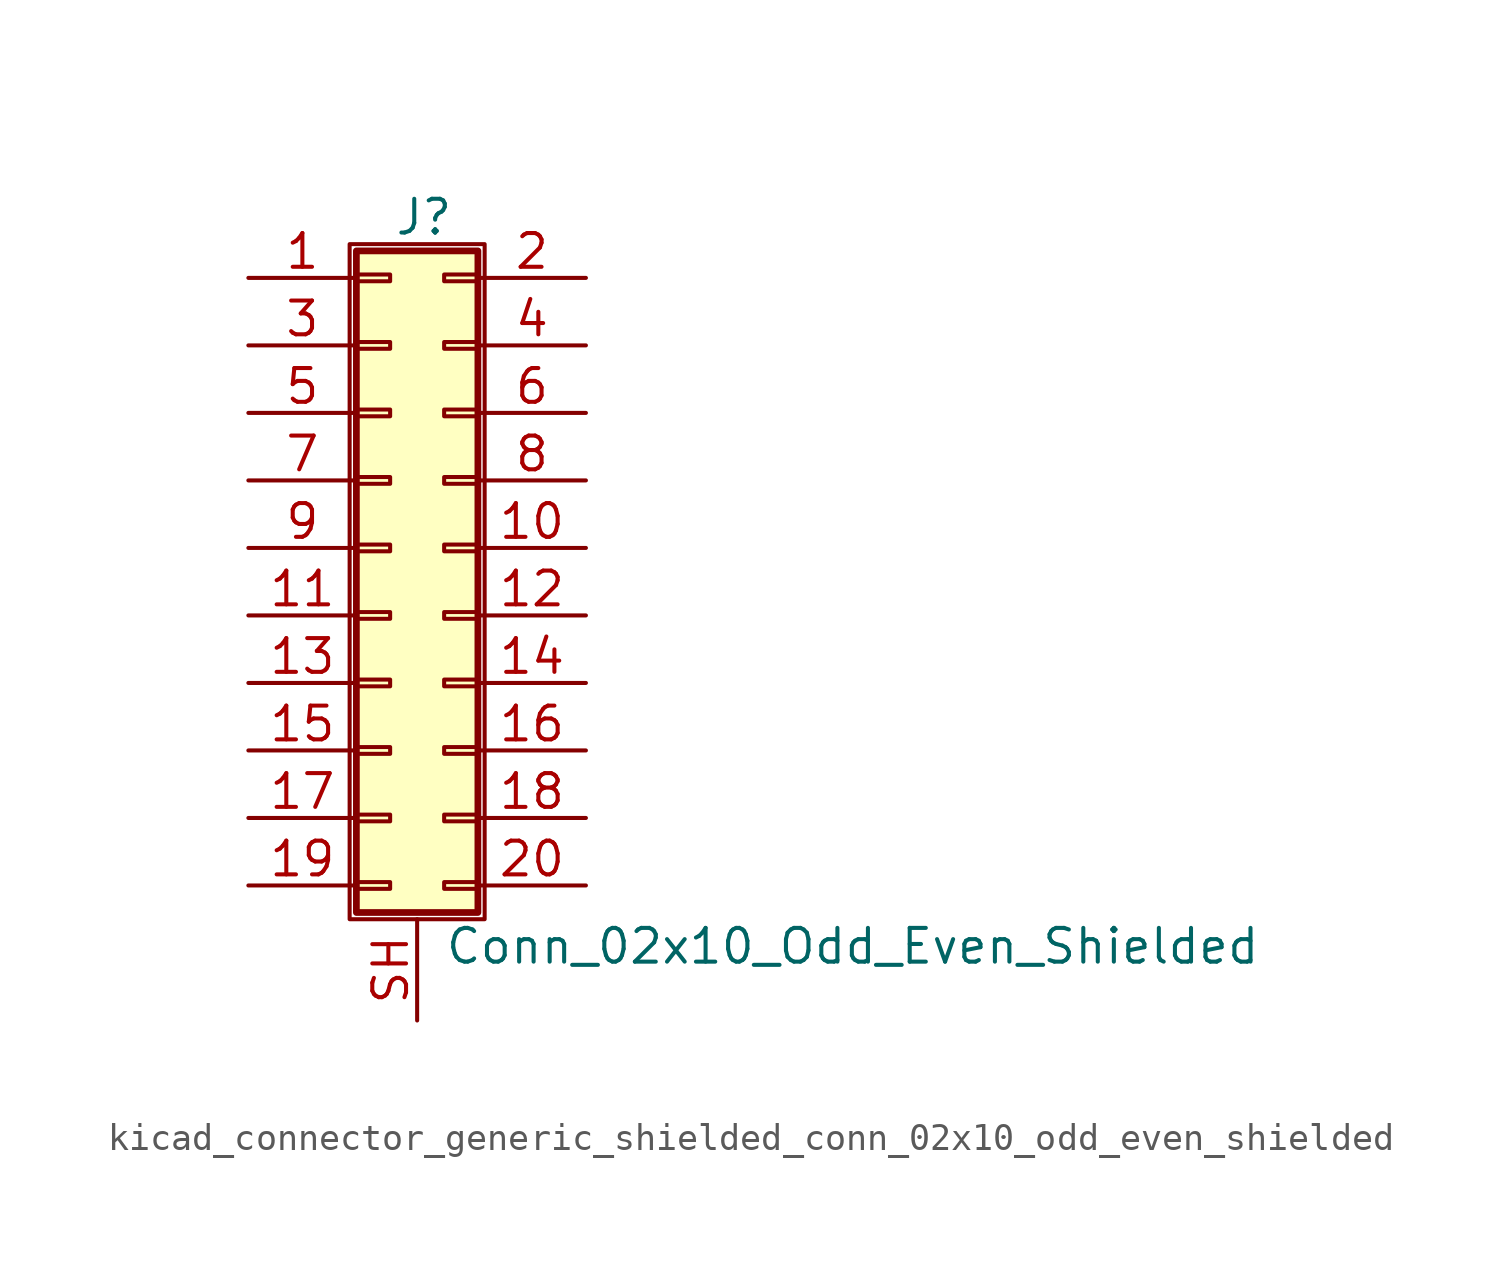
<source format=kicad_sym>
(kicad_symbol_lib
  (version 20220914)
  (generator kicad_symbol_editor)
  (symbol "kicad_connector_generic_shielded_conn_02x10_odd_even_shielded"
    (pin_names
      (offset 1.016) hide)
    (property "Reference" "J"
      (at 1.524 12.446 0)
      (effects (font (size 1.27 1.27))))
    (property "Value" "Conn_02x10_Odd_Even_Shielded"
      (at 2.286 -14.986 0)
      (effects (font (size 1.27 1.27)) (justify left)))
    (symbol "kicad_connector_generic_shielded_conn_02x10_odd_even_shielded_1_1"
      (rectangle (start -1.27 11.43) (end 3.81 -13.97) (stroke (width 0.152) (type default)) (fill (type none)))
      (rectangle (start -1.016 -12.573) (end 0.254 -12.827) (stroke (width 0.152) (type default)) (fill (type none)))
      (rectangle (start -1.016 -10.033) (end 0.254 -10.287) (stroke (width 0.152) (type default)) (fill (type none)))
      (rectangle (start -1.016 -7.493) (end 0.254 -7.747) (stroke (width 0.152) (type default)) (fill (type none)))
      (rectangle (start -1.016 -4.953) (end 0.254 -5.207) (stroke (width 0.152) (type default)) (fill (type none)))
      (rectangle (start -1.016 -2.413) (end 0.254 -2.667) (stroke (width 0.152) (type default)) (fill (type none)))
      (rectangle (start -1.016 0.127) (end 0.254 -0.127) (stroke (width 0.152) (type default)) (fill (type none)))
      (rectangle (start -1.016 2.667) (end 0.254 2.413) (stroke (width 0.152) (type default)) (fill (type none)))
      (rectangle (start -1.016 5.207) (end 0.254 4.953) (stroke (width 0.152) (type default)) (fill (type none)))
      (rectangle (start -1.016 7.747) (end 0.254 7.493) (stroke (width 0.152) (type default)) (fill (type none)))
      (rectangle (start -1.016 10.287) (end 0.254 10.033) (stroke (width 0.152) (type default)) (fill (type none)))
      (rectangle (start -1.016 11.176) (end 3.556 -13.716) (stroke (width 0.254) (type default)) (fill (type background)))
      (rectangle (start 3.556 -12.573) (end 2.286 -12.827) (stroke (width 0.152) (type default)) (fill (type none)))
      (rectangle (start 3.556 -10.033) (end 2.286 -10.287) (stroke (width 0.152) (type default)) (fill (type none)))
      (rectangle (start 3.556 -7.493) (end 2.286 -7.747) (stroke (width 0.152) (type default)) (fill (type none)))
      (rectangle (start 3.556 -4.953) (end 2.286 -5.207) (stroke (width 0.152) (type default)) (fill (type none)))
      (rectangle (start 3.556 -2.413) (end 2.286 -2.667) (stroke (width 0.152) (type default)) (fill (type none)))
      (rectangle (start 3.556 0.127) (end 2.286 -0.127) (stroke (width 0.152) (type default)) (fill (type none)))
      (rectangle (start 3.556 2.667) (end 2.286 2.413) (stroke (width 0.152) (type default)) (fill (type none)))
      (rectangle (start 3.556 5.207) (end 2.286 4.953) (stroke (width 0.152) (type default)) (fill (type none)))
      (rectangle (start 3.556 7.747) (end 2.286 7.493) (stroke (width 0.152) (type default)) (fill (type none)))
      (rectangle (start 3.556 10.287) (end 2.286 10.033) (stroke (width 0.152) (type default)) (fill (type none)))
      (pin passive line (at -5.08 10.16 0) (length 4.064) (name "Pin_1" (effects (font (size 1.27 1.27)))) (number "1" (effects (font (size 1.27 1.27)))))
      (pin passive line (at 7.62 0 180) (length 4.064) (name "Pin_10" (effects (font (size 1.27 1.27)))) (number "10" (effects (font (size 1.27 1.27)))))
      (pin passive line (at -5.08 -2.54 0) (length 4.064) (name "Pin_11" (effects (font (size 1.27 1.27)))) (number "11" (effects (font (size 1.27 1.27)))))
      (pin passive line (at 7.62 -2.54 180) (length 4.064) (name "Pin_12" (effects (font (size 1.27 1.27)))) (number "12" (effects (font (size 1.27 1.27)))))
      (pin passive line (at -5.08 -5.08 0) (length 4.064) (name "Pin_13" (effects (font (size 1.27 1.27)))) (number "13" (effects (font (size 1.27 1.27)))))
      (pin passive line (at 7.62 -5.08 180) (length 4.064) (name "Pin_14" (effects (font (size 1.27 1.27)))) (number "14" (effects (font (size 1.27 1.27)))))
      (pin passive line (at -5.08 -7.62 0) (length 4.064) (name "Pin_15" (effects (font (size 1.27 1.27)))) (number "15" (effects (font (size 1.27 1.27)))))
      (pin passive line (at 7.62 -7.62 180) (length 4.064) (name "Pin_16" (effects (font (size 1.27 1.27)))) (number "16" (effects (font (size 1.27 1.27)))))
      (pin passive line (at -5.08 -10.16 0) (length 4.064) (name "Pin_17" (effects (font (size 1.27 1.27)))) (number "17" (effects (font (size 1.27 1.27)))))
      (pin passive line (at 7.62 -10.16 180) (length 4.064) (name "Pin_18" (effects (font (size 1.27 1.27)))) (number "18" (effects (font (size 1.27 1.27)))))
      (pin passive line (at -5.08 -12.7 0) (length 4.064) (name "Pin_19" (effects (font (size 1.27 1.27)))) (number "19" (effects (font (size 1.27 1.27)))))
      (pin passive line (at 7.62 10.16 180) (length 4.064) (name "Pin_2" (effects (font (size 1.27 1.27)))) (number "2" (effects (font (size 1.27 1.27)))))
      (pin passive line (at 7.62 -12.7 180) (length 4.064) (name "Pin_20" (effects (font (size 1.27 1.27)))) (number "20" (effects (font (size 1.27 1.27)))))
      (pin passive line (at -5.08 7.62 0) (length 4.064) (name "Pin_3" (effects (font (size 1.27 1.27)))) (number "3" (effects (font (size 1.27 1.27)))))
      (pin passive line (at 7.62 7.62 180) (length 4.064) (name "Pin_4" (effects (font (size 1.27 1.27)))) (number "4" (effects (font (size 1.27 1.27)))))
      (pin passive line (at -5.08 5.08 0) (length 4.064) (name "Pin_5" (effects (font (size 1.27 1.27)))) (number "5" (effects (font (size 1.27 1.27)))))
      (pin passive line (at 7.62 5.08 180) (length 4.064) (name "Pin_6" (effects (font (size 1.27 1.27)))) (number "6" (effects (font (size 1.27 1.27)))))
      (pin passive line (at -5.08 2.54 0) (length 4.064) (name "Pin_7" (effects (font (size 1.27 1.27)))) (number "7" (effects (font (size 1.27 1.27)))))
      (pin passive line (at 7.62 2.54 180) (length 4.064) (name "Pin_8" (effects (font (size 1.27 1.27)))) (number "8" (effects (font (size 1.27 1.27)))))
      (pin passive line (at -5.08 0 0) (length 4.064) (name "Pin_9" (effects (font (size 1.27 1.27)))) (number "9" (effects (font (size 1.27 1.27)))))
      (pin passive line (at 1.27 -17.78 90) (length 3.81) (name "Shield" (effects (font (size 1.27 1.27)))) (number "SH" (effects (font (size 1.27 1.27))))))))
</source>
